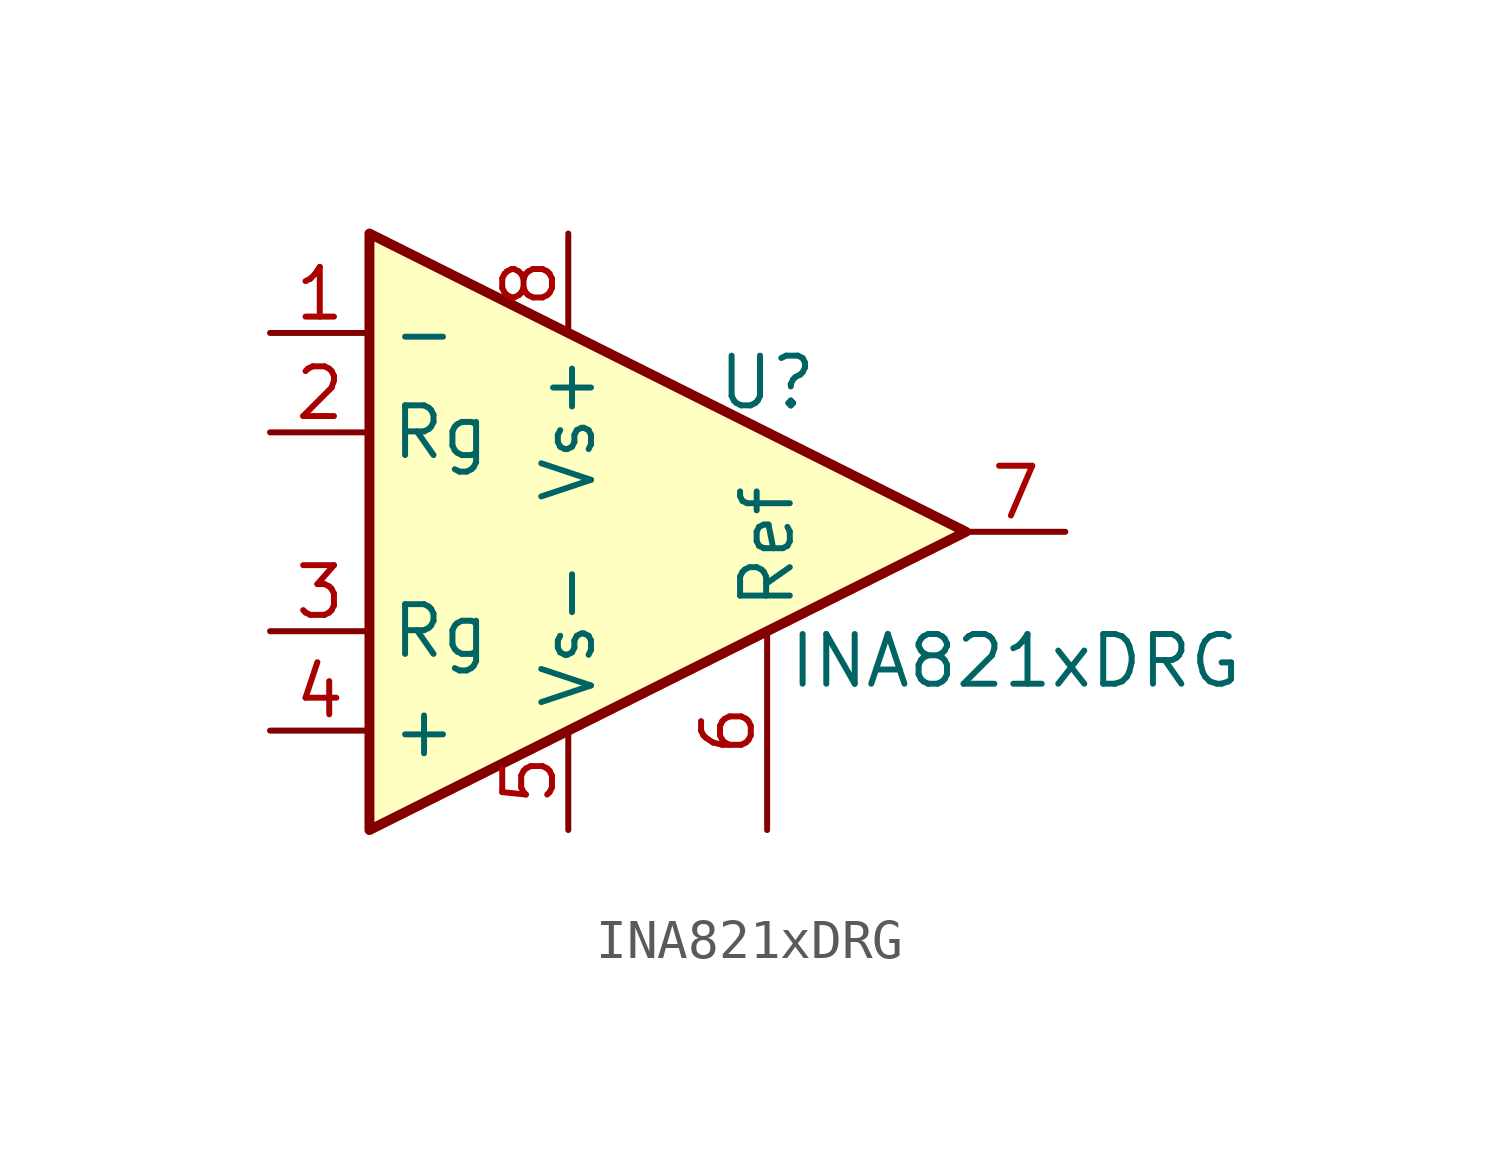
<source format=kicad_sym>
(kicad_symbol_lib
  (version 20241209)
  (generator "kicad_symbol_editor")
  (generator_version "9.0")
  (symbol "INA821xDRG"
    (property "Reference" "U"
      (at 2.54 3.81 0)
      (effects (font (size 1.27 1.27))))
    (property "Value" "INA821xDRG"
      (at 8.89 -3.302 0)
      (effects (font (size 1.27 1.27))))
    (symbol "INA821xDRG_0_1"
      (polyline (pts (xy -7.62 7.62) (xy -7.62 -7.62) (xy 7.62 0) (xy -7.62 7.62)) (stroke (width 0.254) (type default)) (fill (type background))))
    (symbol "INA821xDRG_1_1"
      (pin input line (at -10.16 5.08 0) (length 2.54) (name "-" (effects (font (size 1.27 1.27)))) (number "1" (effects (font (size 1.27 1.27)))))
      (pin passive line (at -10.16 2.54 0) (length 2.54) (name "Rg" (effects (font (size 1.27 1.27)))) (number "2" (effects (font (size 1.27 1.27)))))
      (pin passive line (at -10.16 -2.54 0) (length 2.54) (name "Rg" (effects (font (size 1.27 1.27)))) (number "3" (effects (font (size 1.27 1.27)))))
      (pin input line (at -10.16 -5.08 0) (length 2.54) (name "+" (effects (font (size 1.27 1.27)))) (number "4" (effects (font (size 1.27 1.27)))))
      (pin power_in line (at -2.54 7.62 270) (length 2.54) (name "Vs+" (effects (font (size 1.27 1.27)))) (number "8" (effects (font (size 1.27 1.27)))))
      (pin power_in line (at -2.54 -7.62 90) (length 2.54) (name "Vs-" (effects (font (size 1.27 1.27)))) (number "5" (effects (font (size 1.27 1.27)))))
      (pin passive line (at -2.54 -7.62 90) (length 2.54) (hide yes) (name "Vs-" (effects (font (size 1.27 1.27)))) (number "9" (effects (font (size 1.27 1.27)))))
      (pin passive line (at 2.54 -7.62 90) (length 5.08) (name "Ref" (effects (font (size 1.27 1.27)))) (number "6" (effects (font (size 1.27 1.27)))))
      (pin output line (at 10.16 0 180) (length 2.54) (name "~" (effects (font (size 1.27 1.27)))) (number "7" (effects (font (size 1.27 1.27))))))))
</source>
